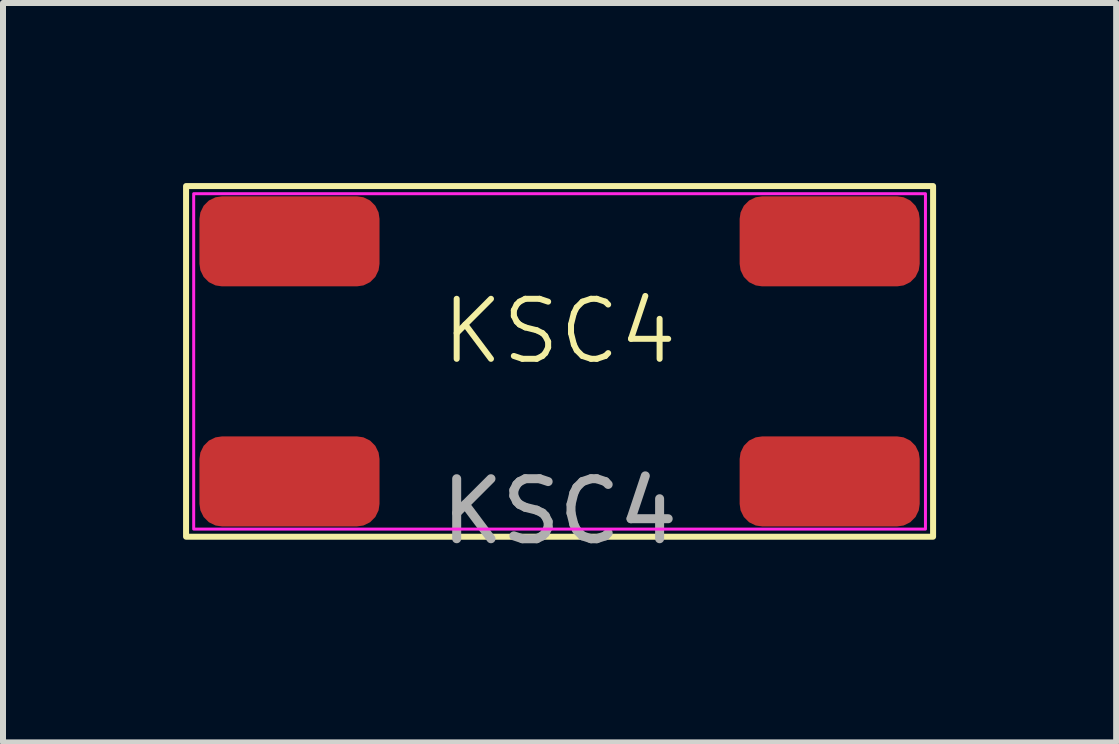
<source format=kicad_pcb>
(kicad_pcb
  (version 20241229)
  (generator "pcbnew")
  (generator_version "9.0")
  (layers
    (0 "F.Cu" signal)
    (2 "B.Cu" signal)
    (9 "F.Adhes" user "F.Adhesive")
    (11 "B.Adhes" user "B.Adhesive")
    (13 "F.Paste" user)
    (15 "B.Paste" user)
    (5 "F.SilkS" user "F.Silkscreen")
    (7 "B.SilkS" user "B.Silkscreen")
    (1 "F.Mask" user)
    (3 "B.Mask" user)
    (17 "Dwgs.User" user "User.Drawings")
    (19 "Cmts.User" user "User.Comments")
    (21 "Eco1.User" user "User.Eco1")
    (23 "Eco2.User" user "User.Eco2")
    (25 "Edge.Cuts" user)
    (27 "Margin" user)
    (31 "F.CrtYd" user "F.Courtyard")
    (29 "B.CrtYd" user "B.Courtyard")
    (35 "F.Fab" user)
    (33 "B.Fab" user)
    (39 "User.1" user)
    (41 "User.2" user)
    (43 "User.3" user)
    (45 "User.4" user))
  (footprint "KSC4"
    (layer "F.Cu")
    (at 6.273 2.971)
    (property "Reference" "KSC4" (at 0 -0.5 0) (unlocked yes) (layer "F.SilkS") (effects (font (size 1 1) (thickness 0.1))))
    (attr smd)
    (fp_rect (start -6.223 -2.921) (end 6.223 2.921) (stroke (width 0.1) (type default)) (fill no) (layer "F.SilkS"))
    (fp_rect (start -6.096 -2.794) (end 6.096 2.794) (stroke (width 0.05) (type default)) (fill no) (layer "F.CrtYd"))
    (fp_text user "${REFERENCE}" (at 0 2.5 0) (unlocked yes) (layer "F.Fab") (effects (font (size 1 1) (thickness 0.15))))
    (pad "1" smd roundrect (at -4.5 -2) (size 3 1.5) (layers "F.Cu" "F.Mask" "F.Paste") (roundrect_rratio 0.25))
    (pad "2" smd roundrect (at 4.5 -2) (size 3 1.5) (layers "F.Cu" "F.Mask" "F.Paste") (roundrect_rratio 0.25))
    (pad "3" smd roundrect (at -4.5 2) (size 3 1.5) (layers "F.Cu" "F.Mask" "F.Paste") (roundrect_rratio 0.25))
    (pad "4" smd roundrect (at 4.5 2) (size 3 1.5) (layers "F.Cu" "F.Mask" "F.Paste") (roundrect_rratio 0.25)))
  (gr_rect
    (start -3 -3)
    (end 15.546 9.319)
    (stroke (width 0.1) (type default))
    (fill no)
    (layer "Edge.Cuts")))
</source>
